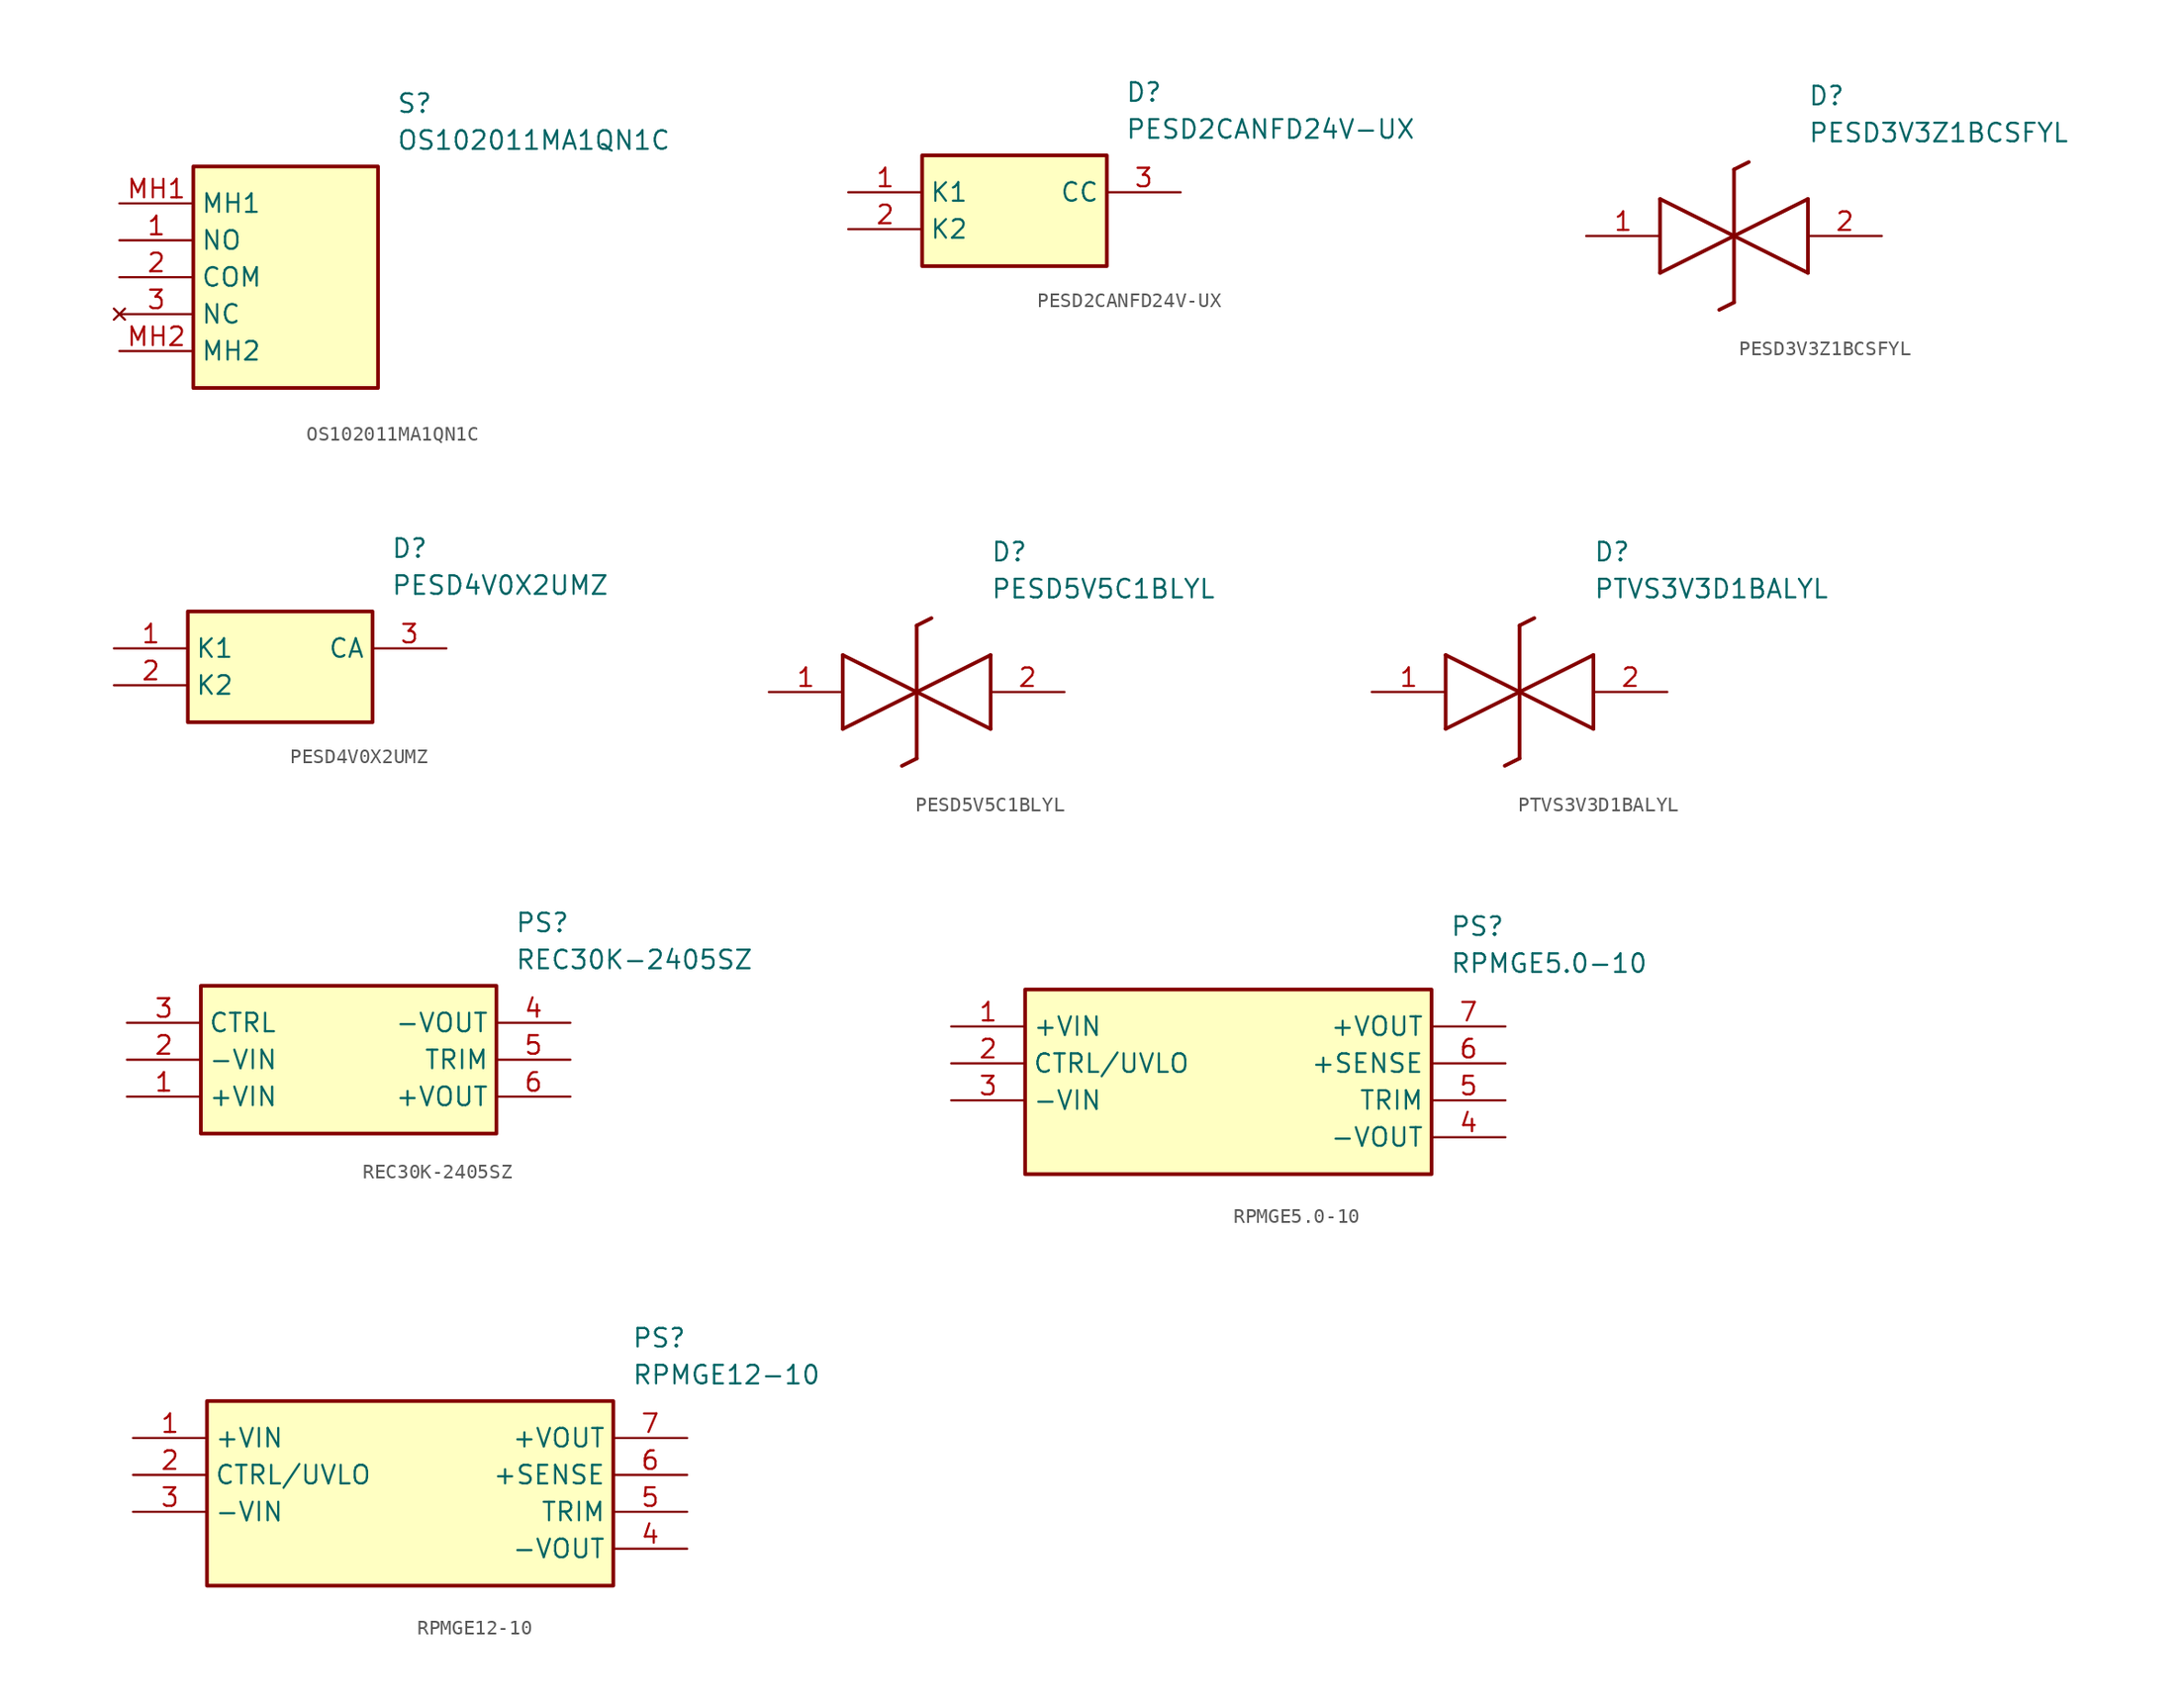
<source format=kicad_sym>
(kicad_symbol_lib
  (version 20241209)
  (generator "kicad_symbol_editor")
  (generator_version "9.0")
  (symbol "OS102011MA1QN1C"
    (property "Reference" "S"
      (at 19.05 7.62 0)
      (effects (font (size 1.27 1.27)) (justify left top)))
    (property "Value" "OS102011MA1QN1C"
      (at 19.05 5.08 0)
      (effects (font (size 1.27 1.27)) (justify left top)))
    (symbol "OS102011MA1QN1C_1_1"
      (rectangle (start 5.08 2.54) (end 17.78 -12.7) (stroke (width 0.254) (type default)) (fill (type background)))
      (pin passive line (at 0 0 0) (length 5.08) (name "MH1" (effects (font (size 1.27 1.27)))) (number "MH1" (effects (font (size 1.27 1.27)))))
      (pin passive line (at 0 -2.54 0) (length 5.08) (name "NO" (effects (font (size 1.27 1.27)))) (number "1" (effects (font (size 1.27 1.27)))))
      (pin passive line (at 0 -5.08 0) (length 5.08) (name "COM" (effects (font (size 1.27 1.27)))) (number "2" (effects (font (size 1.27 1.27)))))
      (pin no_connect line (at 0 -7.62 0) (length 5.08) (name "NC" (effects (font (size 1.27 1.27)))) (number "3" (effects (font (size 1.27 1.27)))))
      (pin passive line (at 0 -10.16 0) (length 5.08) (name "MH2" (effects (font (size 1.27 1.27)))) (number "MH2" (effects (font (size 1.27 1.27)))))))
  (symbol "PESD2CANFD24V-UX"
    (property "Reference" "D"
      (at 19.05 7.62 0)
      (effects (font (size 1.27 1.27)) (justify left top)))
    (property "Value" "PESD2CANFD24V-UX"
      (at 19.05 5.08 0)
      (effects (font (size 1.27 1.27)) (justify left top)))
    (symbol "PESD2CANFD24V-UX_1_1"
      (rectangle (start 5.08 2.54) (end 17.78 -5.08) (stroke (width 0.254) (type default)) (fill (type background)))
      (pin passive line (at 0 0 0) (length 5.08) (name "K1" (effects (font (size 1.27 1.27)))) (number "1" (effects (font (size 1.27 1.27)))))
      (pin passive line (at 0 -2.54 0) (length 5.08) (name "K2" (effects (font (size 1.27 1.27)))) (number "2" (effects (font (size 1.27 1.27)))))
      (pin passive line (at 22.86 0 180) (length 5.08) (name "CC" (effects (font (size 1.27 1.27)))) (number "3" (effects (font (size 1.27 1.27)))))))
  (symbol "PESD3V3Z1BCSFYL"
    (pin_names
      (hide yes))
    (property "Reference" "D"
      (at 15.24 8.89 0)
      (effects (font (size 1.27 1.27)) (justify left bottom)))
    (property "Value" "PESD3V3Z1BCSFYL"
      (at 15.24 6.35 0)
      (effects (font (size 1.27 1.27)) (justify left bottom)))
    (symbol "PESD3V3Z1BCSFYL_1_1"
      (polyline (pts (xy 5.08 2.54) (xy 5.08 -2.54)) (stroke (width 0.254) (type default)) (fill (type none)))
      (polyline (pts (xy 5.08 2.54) (xy 10.16 0)) (stroke (width 0.254) (type default)) (fill (type none)))
      (polyline (pts (xy 10.16 0) (xy 5.08 -2.54)) (stroke (width 0.254) (type default)) (fill (type none)))
      (polyline (pts (xy 10.16 0) (xy 15.24 -2.54)) (stroke (width 0.254) (type default)) (fill (type none)))
      (polyline (pts (xy 10.16 -4.572) (xy 9.144 -5.08)) (stroke (width 0.254) (type default)) (fill (type none)))
      (polyline (pts (xy 10.16 -4.572) (xy 10.16 4.572)) (stroke (width 0.254) (type default)) (fill (type none)))
      (polyline (pts (xy 11.176 5.08) (xy 10.16 4.572)) (stroke (width 0.254) (type default)) (fill (type none)))
      (polyline (pts (xy 15.24 2.54) (xy 10.16 0)) (stroke (width 0.254) (type default)) (fill (type none)))
      (polyline (pts (xy 15.24 2.54) (xy 15.24 -2.54)) (stroke (width 0.254) (type default)) (fill (type none)))
      (pin passive line (at 0 0 0) (length 5.08) (name "K1" (effects (font (size 1.27 1.27)))) (number "1" (effects (font (size 1.27 1.27)))))
      (pin passive line (at 20.32 0 180) (length 5.08) (name "K2" (effects (font (size 1.27 1.27)))) (number "2" (effects (font (size 1.27 1.27)))))))
  (symbol "PESD4V0X2UMZ"
    (property "Reference" "D"
      (at 19.05 7.62 0)
      (effects (font (size 1.27 1.27)) (justify left top)))
    (property "Value" "PESD4V0X2UMZ"
      (at 19.05 5.08 0)
      (effects (font (size 1.27 1.27)) (justify left top)))
    (symbol "PESD4V0X2UMZ_1_1"
      (rectangle (start 5.08 2.54) (end 17.78 -5.08) (stroke (width 0.254) (type default)) (fill (type background)))
      (pin passive line (at 0 0 0) (length 5.08) (name "K1" (effects (font (size 1.27 1.27)))) (number "1" (effects (font (size 1.27 1.27)))))
      (pin passive line (at 0 -2.54 0) (length 5.08) (name "K2" (effects (font (size 1.27 1.27)))) (number "2" (effects (font (size 1.27 1.27)))))
      (pin passive line (at 22.86 0 180) (length 5.08) (name "CA" (effects (font (size 1.27 1.27)))) (number "3" (effects (font (size 1.27 1.27)))))))
  (symbol "PESD5V5C1BLYL"
    (pin_names
      (hide yes))
    (property "Reference" "D"
      (at 15.24 8.89 0)
      (effects (font (size 1.27 1.27)) (justify left bottom)))
    (property "Value" "PESD5V5C1BLYL"
      (at 15.24 6.35 0)
      (effects (font (size 1.27 1.27)) (justify left bottom)))
    (symbol "PESD5V5C1BLYL_1_1"
      (polyline (pts (xy 5.08 2.54) (xy 5.08 -2.54)) (stroke (width 0.254) (type default)) (fill (type none)))
      (polyline (pts (xy 5.08 2.54) (xy 10.16 0)) (stroke (width 0.254) (type default)) (fill (type none)))
      (polyline (pts (xy 10.16 0) (xy 5.08 -2.54)) (stroke (width 0.254) (type default)) (fill (type none)))
      (polyline (pts (xy 10.16 0) (xy 15.24 -2.54)) (stroke (width 0.254) (type default)) (fill (type none)))
      (polyline (pts (xy 10.16 -4.572) (xy 9.144 -5.08)) (stroke (width 0.254) (type default)) (fill (type none)))
      (polyline (pts (xy 10.16 -4.572) (xy 10.16 4.572)) (stroke (width 0.254) (type default)) (fill (type none)))
      (polyline (pts (xy 11.176 5.08) (xy 10.16 4.572)) (stroke (width 0.254) (type default)) (fill (type none)))
      (polyline (pts (xy 15.24 2.54) (xy 10.16 0)) (stroke (width 0.254) (type default)) (fill (type none)))
      (polyline (pts (xy 15.24 2.54) (xy 15.24 -2.54)) (stroke (width 0.254) (type default)) (fill (type none)))
      (pin passive line (at 0 0 0) (length 5.08) (name "K1" (effects (font (size 1.27 1.27)))) (number "1" (effects (font (size 1.27 1.27)))))
      (pin passive line (at 20.32 0 180) (length 5.08) (name "K2" (effects (font (size 1.27 1.27)))) (number "2" (effects (font (size 1.27 1.27)))))))
  (symbol "PTVS3V3D1BALYL"
    (pin_names
      (hide yes))
    (property "Reference" "D"
      (at 15.24 8.89 0)
      (effects (font (size 1.27 1.27)) (justify left bottom)))
    (property "Value" "PTVS3V3D1BALYL"
      (at 15.24 6.35 0)
      (effects (font (size 1.27 1.27)) (justify left bottom)))
    (symbol "PTVS3V3D1BALYL_1_1"
      (polyline (pts (xy 5.08 2.54) (xy 5.08 -2.54)) (stroke (width 0.254) (type default)) (fill (type none)))
      (polyline (pts (xy 5.08 2.54) (xy 10.16 0)) (stroke (width 0.254) (type default)) (fill (type none)))
      (polyline (pts (xy 10.16 0) (xy 5.08 -2.54)) (stroke (width 0.254) (type default)) (fill (type none)))
      (polyline (pts (xy 10.16 0) (xy 15.24 -2.54)) (stroke (width 0.254) (type default)) (fill (type none)))
      (polyline (pts (xy 10.16 -4.572) (xy 9.144 -5.08)) (stroke (width 0.254) (type default)) (fill (type none)))
      (polyline (pts (xy 10.16 -4.572) (xy 10.16 4.572)) (stroke (width 0.254) (type default)) (fill (type none)))
      (polyline (pts (xy 11.176 5.08) (xy 10.16 4.572)) (stroke (width 0.254) (type default)) (fill (type none)))
      (polyline (pts (xy 15.24 2.54) (xy 10.16 0)) (stroke (width 0.254) (type default)) (fill (type none)))
      (polyline (pts (xy 15.24 2.54) (xy 15.24 -2.54)) (stroke (width 0.254) (type default)) (fill (type none)))
      (pin passive line (at 0 0 0) (length 5.08) (name "K1" (effects (font (size 1.27 1.27)))) (number "1" (effects (font (size 1.27 1.27)))))
      (pin passive line (at 20.32 0 180) (length 5.08) (name "K2" (effects (font (size 1.27 1.27)))) (number "2" (effects (font (size 1.27 1.27)))))))
  (symbol "REC30K-2405SZ"
    (property "Reference" "PS"
      (at 26.67 7.62 0)
      (effects (font (size 1.27 1.27)) (justify left top)))
    (property "Value" "REC30K-2405SZ"
      (at 26.67 5.08 0)
      (effects (font (size 1.27 1.27)) (justify left top)))
    (rectangle
      (start 5.08 2.54)
      (end 25.4 -7.62)
      (stroke (width 0.254) (type default))
      (fill (type background)))
    (pin passive line
      (at 0 -5.08 0)
      (length 5.08)
      (name "+VIN" (effects (font (size 1.27 1.27))))
      (number "1" (effects (font (size 1.27 1.27)))))
    (pin passive line
      (at 0 -2.54 0)
      (length 5.08)
      (name "-VIN" (effects (font (size 1.27 1.27))))
      (number "2" (effects (font (size 1.27 1.27)))))
    (pin passive line
      (at 0 0 0)
      (length 5.08)
      (name "CTRL" (effects (font (size 1.27 1.27))))
      (number "3" (effects (font (size 1.27 1.27)))))
    (pin passive line
      (at 30.48 0 180)
      (length 5.08)
      (name "-VOUT" (effects (font (size 1.27 1.27))))
      (number "4" (effects (font (size 1.27 1.27)))))
    (pin passive line
      (at 30.48 -2.54 180)
      (length 5.08)
      (name "TRIM" (effects (font (size 1.27 1.27))))
      (number "5" (effects (font (size 1.27 1.27)))))
    (pin passive line
      (at 30.48 -5.08 180)
      (length 5.08)
      (name "+VOUT" (effects (font (size 1.27 1.27))))
      (number "6" (effects (font (size 1.27 1.27))))))
  (symbol "RPMGE5.0-10"
    (property "Reference" "PS"
      (at 34.29 7.62 0)
      (effects (font (size 1.27 1.27)) (justify left top)))
    (property "Value" "RPMGE5.0-10"
      (at 34.29 5.08 0)
      (effects (font (size 1.27 1.27)) (justify left top)))
    (rectangle
      (start 5.08 2.54)
      (end 33.02 -10.16)
      (stroke (width 0.254) (type default))
      (fill (type background)))
    (pin passive line
      (at 0 0 0)
      (length 5.08)
      (name "+VIN" (effects (font (size 1.27 1.27))))
      (number "1" (effects (font (size 1.27 1.27)))))
    (pin passive line
      (at 0 -2.54 0)
      (length 5.08)
      (name "CTRL/UVLO" (effects (font (size 1.27 1.27))))
      (number "2" (effects (font (size 1.27 1.27)))))
    (pin passive line
      (at 0 -5.08 0)
      (length 5.08)
      (name "-VIN" (effects (font (size 1.27 1.27))))
      (number "3" (effects (font (size 1.27 1.27)))))
    (pin passive line
      (at 38.1 -7.62 180)
      (length 5.08)
      (name "-VOUT" (effects (font (size 1.27 1.27))))
      (number "4" (effects (font (size 1.27 1.27)))))
    (pin passive line
      (at 38.1 -5.08 180)
      (length 5.08)
      (name "TRIM" (effects (font (size 1.27 1.27))))
      (number "5" (effects (font (size 1.27 1.27)))))
    (pin passive line
      (at 38.1 -2.54 180)
      (length 5.08)
      (name "+SENSE" (effects (font (size 1.27 1.27))))
      (number "6" (effects (font (size 1.27 1.27)))))
    (pin passive line
      (at 38.1 0 180)
      (length 5.08)
      (name "+VOUT" (effects (font (size 1.27 1.27))))
      (number "7" (effects (font (size 1.27 1.27))))))
  (symbol "RPMGE12-10"
    (property "Reference" "PS"
      (at 34.29 7.62 0)
      (effects (font (size 1.27 1.27)) (justify left top)))
    (property "Value" "RPMGE12-10"
      (at 34.29 5.08 0)
      (effects (font (size 1.27 1.27)) (justify left top)))
    (rectangle
      (start 5.08 2.54)
      (end 33.02 -10.16)
      (stroke (width 0.254) (type default))
      (fill (type background)))
    (pin passive line
      (at 0 0 0)
      (length 5.08)
      (name "+VIN" (effects (font (size 1.27 1.27))))
      (number "1" (effects (font (size 1.27 1.27)))))
    (pin passive line
      (at 0 -2.54 0)
      (length 5.08)
      (name "CTRL/UVLO" (effects (font (size 1.27 1.27))))
      (number "2" (effects (font (size 1.27 1.27)))))
    (pin passive line
      (at 0 -5.08 0)
      (length 5.08)
      (name "-VIN" (effects (font (size 1.27 1.27))))
      (number "3" (effects (font (size 1.27 1.27)))))
    (pin passive line
      (at 38.1 -7.62 180)
      (length 5.08)
      (name "-VOUT" (effects (font (size 1.27 1.27))))
      (number "4" (effects (font (size 1.27 1.27)))))
    (pin passive line
      (at 38.1 -5.08 180)
      (length 5.08)
      (name "TRIM" (effects (font (size 1.27 1.27))))
      (number "5" (effects (font (size 1.27 1.27)))))
    (pin passive line
      (at 38.1 -2.54 180)
      (length 5.08)
      (name "+SENSE" (effects (font (size 1.27 1.27))))
      (number "6" (effects (font (size 1.27 1.27)))))
    (pin passive line
      (at 38.1 0 180)
      (length 5.08)
      (name "+VOUT" (effects (font (size 1.27 1.27))))
      (number "7" (effects (font (size 1.27 1.27)))))))
</source>
